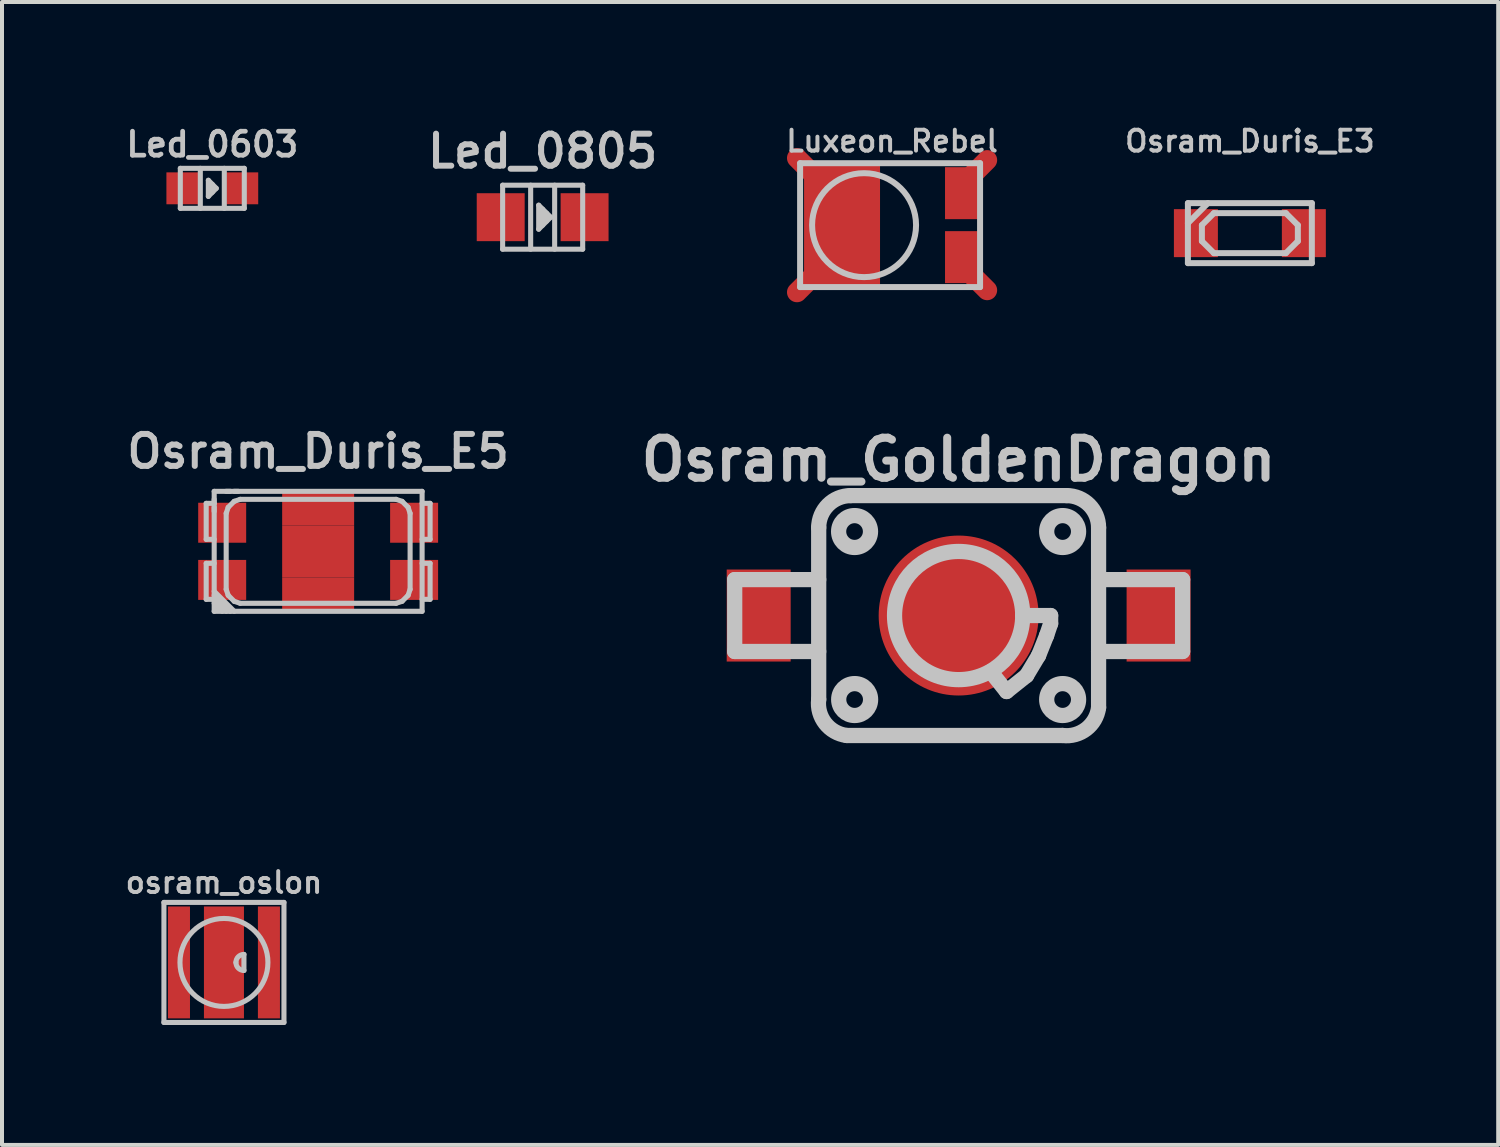
<source format=kicad_pcb>
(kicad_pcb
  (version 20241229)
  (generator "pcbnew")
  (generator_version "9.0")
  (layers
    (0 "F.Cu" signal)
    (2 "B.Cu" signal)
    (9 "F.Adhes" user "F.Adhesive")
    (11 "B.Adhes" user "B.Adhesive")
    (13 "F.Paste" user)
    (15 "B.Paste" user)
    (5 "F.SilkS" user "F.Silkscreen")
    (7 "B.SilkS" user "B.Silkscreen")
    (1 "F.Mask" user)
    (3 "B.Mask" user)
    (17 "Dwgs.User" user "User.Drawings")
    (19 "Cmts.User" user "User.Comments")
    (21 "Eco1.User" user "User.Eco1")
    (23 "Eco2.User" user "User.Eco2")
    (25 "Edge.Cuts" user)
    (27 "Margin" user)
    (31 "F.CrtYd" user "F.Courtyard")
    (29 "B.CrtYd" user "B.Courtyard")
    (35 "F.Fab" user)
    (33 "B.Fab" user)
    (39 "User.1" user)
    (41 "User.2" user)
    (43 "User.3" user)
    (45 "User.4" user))
  (footprint "Luxeon_Rebel"
    (layer "F.Cu")
    (at 18.561 2.581)
    (property "Reference" "Luxeon_Rebel" (at 0.701 -2.101 0) (layer "Dwgs.User") (effects (font (size 0.523 0.523) (thickness 0.099))))
    (attr through_hole)
    (fp_line (start -1.6 -1.549) (end -1.6 1.549) (stroke (width 0.15) (type solid)) (layer "Dwgs.User"))
    (fp_line (start -1.6 1.549) (end 2.901 1.549) (stroke (width 0.15) (type solid)) (layer "Dwgs.User"))
    (fp_line (start 2.901 -1.549) (end -1.6 -1.549) (stroke (width 0.15) (type solid)) (layer "Dwgs.User"))
    (fp_line (start 2.901 1.549) (end 2.901 -1.549) (stroke (width 0.15) (type solid)) (layer "Dwgs.User"))
    (fp_circle (center 0 0) (end 0 -1.3) (stroke (width 0.15) (type solid)) (fill no) (layer "Dwgs.User"))
    (pad "1" smd rect (at 2.474 -0.8) (size 0.899 1.3) (layers "F.Cu" "F.Mask" "F.Paste"))
    (pad "1" smd oval (at 2.901 -1.45 315) (size 0.5 1.001) (layers "F.Cu" "F.Mask"))
    (pad "2" smd rect (at 2.474 0.8) (size 0.899 1.3) (layers "F.Cu" "F.Mask" "F.Paste"))
    (pad "2" smd oval (at 2.901 1.45 45) (size 0.5 1.001) (layers "F.Cu" "F.Mask"))
    (pad "3" smd oval (at -1.501 -1.501 45) (size 0.5 1.001) (layers "F.Cu" "F.Mask"))
    (pad "3" smd oval (at -1.501 1.501 315) (size 0.5 1.001) (layers "F.Cu" "F.Mask"))
    (pad "3" smd rect (at -0.551 0) (size 1.9 3) (layers "F.Cu" "F.Mask" "F.Paste")))
  (footprint "osram_oslon"
    (layer "F.Cu")
    (at 2.551 21.021)
    (property "Reference" "osram_oslon" (at 0 -1.999 0) (layer "Dwgs.User") (effects (font (size 0.523 0.523) (thickness 0.099))))
    (attr through_hole)
    (fp_line (start -1.501 -1.501) (end -1.501 1.501) (stroke (width 0.127) (type solid)) (layer "Dwgs.User"))
    (fp_line (start -1.501 1.501) (end 1.501 1.501) (stroke (width 0.127) (type solid)) (layer "Dwgs.User"))
    (fp_line (start 0.5 -0.201) (end 0.5 0.201) (stroke (width 0.127) (type solid)) (layer "Dwgs.User"))
    (fp_line (start 1.501 -1.501) (end -1.501 -1.501) (stroke (width 0.127) (type solid)) (layer "Dwgs.User"))
    (fp_line (start 1.501 1.501) (end 1.501 -1.501) (stroke (width 0.127) (type solid)) (layer "Dwgs.User"))
    (fp_arc (start 0.29972 0) (mid 0.358492 -0.141888) (end 0.50038 -0.20066) (stroke (width 0.127) (type solid)) (layer "Dwgs.User"))
    (fp_arc (start 0.50038 0.20066) (mid 0.358492 0.141888) (end 0.29972 0) (stroke (width 0.127) (type solid)) (layer "Dwgs.User"))
    (fp_circle (center 0 0) (end -1.1 0) (stroke (width 0.127) (type solid)) (fill no) (layer "Dwgs.User"))
    (pad "1" smd rect (at -1.125 0) (size 0.551 2.799) (layers "F.Cu" "F.Mask" "F.Paste"))
    (pad "2" smd rect (at 1.125 0) (size 0.551 2.799) (layers "F.Cu" "F.Mask" "F.Paste"))
    (pad "3" smd rect (at 0 0) (size 1.001 2.799) (layers "F.Cu" "F.Mask" "F.Paste")))
  (footprint "Led_0603"
    (layer "F.Cu")
    (at 2.26 1.66)
    (property "Reference" "Led_0603" (at 0 -1.1 0) (layer "Dwgs.User") (effects (font (size 0.599 0.599) (thickness 0.119))))
    (attr through_hole)
    (fp_line (start -0.8 -0.5) (end 0.8 -0.5) (stroke (width 0.127) (type solid)) (layer "Dwgs.User"))
    (fp_line (start -0.8 0.5) (end -0.8 -0.5) (stroke (width 0.127) (type solid)) (layer "Dwgs.User"))
    (fp_line (start -0.3 -0.5) (end -0.3 0.5) (stroke (width 0.127) (type solid)) (layer "Dwgs.User"))
    (fp_line (start -0.099 -0.201) (end -0.099 0.201) (stroke (width 0.127) (type solid)) (layer "Dwgs.User"))
    (fp_line (start -0.099 0.201) (end 0.099 0) (stroke (width 0.127) (type solid)) (layer "Dwgs.User"))
    (fp_line (start 0 0.099) (end 0 -0.099) (stroke (width 0.127) (type solid)) (layer "Dwgs.User"))
    (fp_line (start 0.099 0) (end -0.099 -0.201) (stroke (width 0.127) (type solid)) (layer "Dwgs.User"))
    (fp_line (start 0.3 0.5) (end 0.3 -0.5) (stroke (width 0.127) (type solid)) (layer "Dwgs.User"))
    (fp_line (start 0.8 -0.5) (end 0.8 0.5) (stroke (width 0.127) (type solid)) (layer "Dwgs.User"))
    (fp_line (start 0.8 0.5) (end -0.8 0.5) (stroke (width 0.127) (type solid)) (layer "Dwgs.User"))
    (pad "1" smd rect (at -0.749 0) (size 0.798 0.798) (layers "F.Cu" "F.Mask" "F.Paste"))
    (pad "2" smd rect (at 0.749 0) (size 0.798 0.798) (layers "F.Cu" "F.Mask" "F.Paste")))
  (footprint "Osram_GoldenDragon"
    (layer "F.Cu")
    (at 20.926 12.345)
    (property "Reference" "Osram_GoldenDragon" (at 0 -3.899 0) (layer "Dwgs.User") (effects (font (size 1.001 1.001) (thickness 0.201))))
    (attr through_hole)
    (fp_line (start -5.601 -0.899) (end -5.601 0.899) (stroke (width 0.381) (type solid)) (layer "Dwgs.User"))
    (fp_line (start -5.601 0.899) (end -3.5 0.899) (stroke (width 0.381) (type solid)) (layer "Dwgs.User"))
    (fp_line (start -3.5 -0.899) (end -5.601 -0.899) (stroke (width 0.381) (type solid)) (layer "Dwgs.User"))
    (fp_line (start -3.5 2.101) (end -3.5 -2.2) (stroke (width 0.381) (type solid)) (layer "Dwgs.User"))
    (fp_line (start -2.7 -3) (end 2.7 -3) (stroke (width 0.381) (type solid)) (layer "Dwgs.User"))
    (fp_line (start 1.199 1.9) (end 0.8 1.4) (stroke (width 0.381) (type solid)) (layer "Dwgs.User"))
    (fp_line (start 1.6 0) (end 2.301 0) (stroke (width 0.381) (type solid)) (layer "Dwgs.User"))
    (fp_line (start 1.699 1.501) (end 1.199 1.9) (stroke (width 0.381) (type solid)) (layer "Dwgs.User"))
    (fp_line (start 1.999 1.001) (end 1.699 1.501) (stroke (width 0.381) (type solid)) (layer "Dwgs.User"))
    (fp_line (start 2.2 0.5) (end 1.999 1.001) (stroke (width 0.381) (type solid)) (layer "Dwgs.User"))
    (fp_line (start 2.301 0) (end 2.301 0.201) (stroke (width 0.381) (type solid)) (layer "Dwgs.User"))
    (fp_line (start 2.301 0.201) (end 2.2 0.5) (stroke (width 0.381) (type solid)) (layer "Dwgs.User"))
    (fp_line (start 2.601 3) (end -2.799 3) (stroke (width 0.381) (type solid)) (layer "Dwgs.User"))
    (fp_line (start 3.5 -2.2) (end 3.5 2.301) (stroke (width 0.381) (type solid)) (layer "Dwgs.User"))
    (fp_line (start 5.601 -0.899) (end 3.5 -0.899) (stroke (width 0.381) (type solid)) (layer "Dwgs.User"))
    (fp_line (start 5.601 -0.899) (end 5.601 0.899) (stroke (width 0.381) (type solid)) (layer "Dwgs.User"))
    (fp_line (start 5.601 0.899) (end 3.5 0.899) (stroke (width 0.381) (type solid)) (layer "Dwgs.User"))
    (fp_arc (start -3.50012 -2.19964) (mid -3.265776 -2.765396) (end -2.70002 -2.99974) (stroke (width 0.381) (type solid)) (layer "Dwgs.User"))
    (fp_arc (start -2.79908 2.99974) (mid -3.335822 2.69535) (end -3.50012 2.10058) (stroke (width 0.381) (type solid)) (layer "Dwgs.User"))
    (fp_arc (start 2.70002 -2.99974) (mid 3.265776 -2.765396) (end 3.50012 -2.19964) (stroke (width 0.381) (type solid)) (layer "Dwgs.User"))
    (fp_arc (start 3.50012 2.30124) (mid 3.193934 2.837238) (end 2.59842 2.99974) (stroke (width 0.381) (type solid)) (layer "Dwgs.User"))
    (fp_circle (center -2.603 -2.101) (end -3.002 -2.101) (stroke (width 0.381) (type solid)) (fill no) (layer "Dwgs.User"))
    (fp_circle (center -2.601 2.101) (end -3 2.101) (stroke (width 0.381) (type solid)) (fill no) (layer "Dwgs.User"))
    (fp_circle (center 0 0) (end 1.6 -0.099) (stroke (width 0.381) (type solid)) (fill no) (layer "Dwgs.User"))
    (fp_circle (center 2.601 -2.101) (end 3 -2.101) (stroke (width 0.381) (type solid)) (fill no) (layer "Dwgs.User"))
    (fp_circle (center 2.601 2.101) (end 3 2.101) (stroke (width 0.381) (type solid)) (fill no) (layer "Dwgs.User"))
    (pad "1" smd rect (at -5.001 0) (size 1.6 2.301) (layers "F.Cu" "F.Mask" "F.Paste"))
    (pad "2" smd rect (at 5.001 0) (size 1.6 2.301) (layers "F.Cu" "F.Mask" "F.Paste"))
    (pad "3" smd circle (at 0 0) (size 4 4) (layers "F.Cu" "F.Mask" "F.Paste")))
  (footprint "Osram_Duris_E3"
    (layer "F.Cu")
    (at 28.21 2.781)
    (property "Reference" "Osram_Duris_E3" (at 0 -2.301 0) (layer "Dwgs.User") (effects (font (size 0.523 0.523) (thickness 0.099))))
    (attr through_hole)
    (fp_line (start -1.55 -0.75) (end -1.55 0.75) (stroke (width 0.15) (type solid)) (layer "Dwgs.User"))
    (fp_line (start -1.55 -0.25) (end -1.05 -0.75) (stroke (width 0.15) (type solid)) (layer "Dwgs.User"))
    (fp_line (start -1.55 0.75) (end 1.55 0.75) (stroke (width 0.15) (type solid)) (layer "Dwgs.User"))
    (fp_line (start -1.2 -0.2) (end -0.9 -0.5) (stroke (width 0.15) (type solid)) (layer "Dwgs.User"))
    (fp_line (start -1.2 0.2) (end -1.2 -0.2) (stroke (width 0.15) (type solid)) (layer "Dwgs.User"))
    (fp_line (start -0.9 -0.5) (end 0.9 -0.5) (stroke (width 0.15) (type solid)) (layer "Dwgs.User"))
    (fp_line (start -0.9 0.5) (end -1.2 0.2) (stroke (width 0.15) (type solid)) (layer "Dwgs.User"))
    (fp_line (start 0.9 -0.5) (end 1.2 -0.2) (stroke (width 0.15) (type solid)) (layer "Dwgs.User"))
    (fp_line (start 0.9 0.5) (end -0.9 0.5) (stroke (width 0.15) (type solid)) (layer "Dwgs.User"))
    (fp_line (start 1.2 -0.2) (end 1.2 0.2) (stroke (width 0.15) (type solid)) (layer "Dwgs.User"))
    (fp_line (start 1.2 0.2) (end 0.9 0.5) (stroke (width 0.15) (type solid)) (layer "Dwgs.User"))
    (fp_line (start 1.55 -0.75) (end -1.55 -0.75) (stroke (width 0.15) (type solid)) (layer "Dwgs.User"))
    (fp_line (start 1.55 0.75) (end 1.55 -0.75) (stroke (width 0.15) (type solid)) (layer "Dwgs.User"))
    (pad "1" smd rect (at 1.35 0) (size 1.1 1.2) (layers "F.Cu" "F.Mask" "F.Paste"))
    (pad "2" smd rect (at -1.35 0) (size 1.1 1.2) (layers "F.Cu" "F.Mask" "F.Paste")))
  (footprint "Led_0805"
    (layer "F.Cu")
    (at 10.522 2.382)
    (property "Reference" "Led_0805" (at 0 -1.651 0) (layer "Dwgs.User") (effects (font (size 0.8 0.8) (thickness 0.15))))
    (attr through_hole)
    (fp_line (start -1.001 -0.8) (end 1.001 -0.8) (stroke (width 0.127) (type solid)) (layer "Dwgs.User"))
    (fp_line (start -1.001 0.8) (end -1.001 -0.8) (stroke (width 0.127) (type solid)) (layer "Dwgs.User"))
    (fp_line (start -0.3 -0.8) (end -0.3 0.8) (stroke (width 0.127) (type solid)) (layer "Dwgs.User"))
    (fp_line (start -0.099 -0.3) (end -0.099 0.3) (stroke (width 0.127) (type solid)) (layer "Dwgs.User"))
    (fp_line (start -0.099 0.3) (end 0.201 0) (stroke (width 0.127) (type solid)) (layer "Dwgs.User"))
    (fp_line (start 0 -0.201) (end 0 0.201) (stroke (width 0.127) (type solid)) (layer "Dwgs.User"))
    (fp_line (start 0.099 0.099) (end 0.099 -0.099) (stroke (width 0.127) (type solid)) (layer "Dwgs.User"))
    (fp_line (start 0.201 0) (end -0.099 -0.3) (stroke (width 0.127) (type solid)) (layer "Dwgs.User"))
    (fp_line (start 0.3 0.8) (end 0.3 -0.8) (stroke (width 0.127) (type solid)) (layer "Dwgs.User"))
    (fp_line (start 1.001 -0.8) (end 1.001 0.8) (stroke (width 0.127) (type solid)) (layer "Dwgs.User"))
    (fp_line (start 1.001 0.8) (end -1.001 0.8) (stroke (width 0.127) (type solid)) (layer "Dwgs.User"))
    (pad "1" smd rect (at -1.049 0) (size 1.199 1.199) (layers "F.Cu" "F.Mask" "F.Paste"))
    (pad "2" smd rect (at 1.049 0) (size 1.199 1.199) (layers "F.Cu" "F.Mask" "F.Paste")))
  (footprint "Osram_Duris_E5"
    (layer "F.Cu")
    (at 4.907 10.739)
    (property "Reference" "Osram_Duris_E5" (at 0 -2.499 0) (layer "Dwgs.User") (effects (font (size 0.8 0.8) (thickness 0.15))))
    (attr through_hole)
    (fp_line (start -2.8 -1.2) (end -2.8 -0.3) (stroke (width 0.127) (type solid)) (layer "Dwgs.User"))
    (fp_line (start -2.8 -0.3) (end -2.6 -0.3) (stroke (width 0.127) (type solid)) (layer "Dwgs.User"))
    (fp_line (start -2.8 0.3) (end -2.8 1.2) (stroke (width 0.127) (type solid)) (layer "Dwgs.User"))
    (fp_line (start -2.8 1.2) (end -2.6 1.2) (stroke (width 0.127) (type solid)) (layer "Dwgs.User"))
    (fp_line (start -2.601 -1.199) (end -2.601 -1.3) (stroke (width 0.127) (type solid)) (layer "Dwgs.User"))
    (fp_line (start -2.601 -1.001) (end -2.601 -1.1) (stroke (width 0.127) (type solid)) (layer "Dwgs.User"))
    (fp_line (start -2.6 -1.5) (end -2.6 1.5) (stroke (width 0.127) (type solid)) (layer "Dwgs.User"))
    (fp_line (start -2.6 -1.2) (end -2.8 -1.2) (stroke (width 0.127) (type solid)) (layer "Dwgs.User"))
    (fp_line (start -2.6 0.3) (end -2.8 0.3) (stroke (width 0.127) (type solid)) (layer "Dwgs.User"))
    (fp_line (start -2.6 1.1) (end -2.2 1.5) (stroke (width 0.127) (type solid)) (layer "Dwgs.User"))
    (fp_line (start -2.6 1.3) (end -2.4 1.5) (stroke (width 0.127) (type solid)) (layer "Dwgs.User"))
    (fp_line (start -2.6 1.5) (end 2.6 1.5) (stroke (width 0.127) (type solid)) (layer "Dwgs.User"))
    (fp_line (start -2.3 -0.95) (end -2.3 0.95) (stroke (width 0.127) (type solid)) (layer "Dwgs.User"))
    (fp_line (start -2.3 0.95) (end -2.25 1.1) (stroke (width 0.127) (type solid)) (layer "Dwgs.User"))
    (fp_line (start -2.3 1.5) (end -2.6 1.2) (stroke (width 0.127) (type solid)) (layer "Dwgs.User"))
    (fp_line (start -2.25 -1.1) (end -2.3 -0.95) (stroke (width 0.127) (type solid)) (layer "Dwgs.User"))
    (fp_line (start -2.25 1.1) (end -2.1 1.25) (stroke (width 0.127) (type solid)) (layer "Dwgs.User"))
    (fp_line (start -2.2 -1.501) (end -2.301 -1.501) (stroke (width 0.127) (type solid)) (layer "Dwgs.User"))
    (fp_line (start -2.1 -1.25) (end -2.25 -1.1) (stroke (width 0.127) (type solid)) (layer "Dwgs.User"))
    (fp_line (start -2.1 1.5) (end -2.6 1) (stroke (width 0.127) (type solid)) (layer "Dwgs.User"))
    (fp_line (start -1.999 -1.501) (end -2.101 -1.501) (stroke (width 0.127) (type solid)) (layer "Dwgs.User"))
    (fp_line (start -1.95 -1.3) (end -2.1 -1.25) (stroke (width 0.127) (type solid)) (layer "Dwgs.User"))
    (fp_line (start -1.95 1.3) (end -2.1 1.25) (stroke (width 0.127) (type solid)) (layer "Dwgs.User"))
    (fp_line (start -1.95 1.3) (end 1.95 1.3) (stroke (width 0.127) (type solid)) (layer "Dwgs.User"))
    (fp_line (start 1.95 -1.3) (end -1.95 -1.3) (stroke (width 0.127) (type solid)) (layer "Dwgs.User"))
    (fp_line (start 1.95 1.3) (end 2.1 1.25) (stroke (width 0.127) (type solid)) (layer "Dwgs.User"))
    (fp_line (start 2.1 -1.25) (end 1.95 -1.3) (stroke (width 0.127) (type solid)) (layer "Dwgs.User"))
    (fp_line (start 2.25 -1.1) (end 2.1 -1.25) (stroke (width 0.127) (type solid)) (layer "Dwgs.User"))
    (fp_line (start 2.25 1.1) (end 2.1 1.25) (stroke (width 0.127) (type solid)) (layer "Dwgs.User"))
    (fp_line (start 2.3 -0.95) (end 2.25 -1.1) (stroke (width 0.127) (type solid)) (layer "Dwgs.User"))
    (fp_line (start 2.3 0.95) (end 2.25 1.1) (stroke (width 0.127) (type solid)) (layer "Dwgs.User"))
    (fp_line (start 2.3 0.95) (end 2.3 -0.95) (stroke (width 0.127) (type solid)) (layer "Dwgs.User"))
    (fp_line (start 2.6 -1.5) (end -2.6 -1.5) (stroke (width 0.127) (type solid)) (layer "Dwgs.User"))
    (fp_line (start 2.6 -0.3) (end 2.8 -0.3) (stroke (width 0.127) (type solid)) (layer "Dwgs.User"))
    (fp_line (start 2.6 1.2) (end 2.8 1.2) (stroke (width 0.127) (type solid)) (layer "Dwgs.User"))
    (fp_line (start 2.6 1.5) (end 2.6 -1.5) (stroke (width 0.127) (type solid)) (layer "Dwgs.User"))
    (fp_line (start 2.8 -1.2) (end 2.6 -1.2) (stroke (width 0.127) (type solid)) (layer "Dwgs.User"))
    (fp_line (start 2.8 -0.3) (end 2.8 -1.2) (stroke (width 0.127) (type solid)) (layer "Dwgs.User"))
    (fp_line (start 2.8 0.3) (end 2.6 0.3) (stroke (width 0.127) (type solid)) (layer "Dwgs.User"))
    (fp_line (start 2.8 1.2) (end 2.8 0.3) (stroke (width 0.127) (type solid)) (layer "Dwgs.User"))
    (pad "1" smd rect (at -2.4 -0.715) (size 1.2 1) (layers "F.Cu" "F.Mask" "F.Paste"))
    (pad "2" smd rect (at 2.4 -0.715) (size 1.2 1) (layers "F.Cu" "F.Mask" "F.Paste"))
    (pad "3" smd rect (at -2.4 0.715) (size 1.2 1) (layers "F.Cu" "F.Mask" "F.Paste"))
    (pad "4" smd rect (at 2.4 0.715) (size 1.2 1) (layers "F.Cu" "F.Mask" "F.Paste"))
    (pad "5" smd rect (at 0 -1.075) (size 1.8 0.85) (layers "F.Cu"))
    (pad "5" smd rect (at 0 0) (size 1.8 1.3) (layers "F.Cu" "F.Mask" "F.Paste"))
    (pad "5" smd rect (at 0 1.075) (size 1.8 0.85) (layers "F.Cu")))
  (gr_rect
    (start -3 -3)
    (end 34.421 25.585)
    (stroke (width 0.1) (type default))
    (fill no)
    (layer "Edge.Cuts")))
</source>
